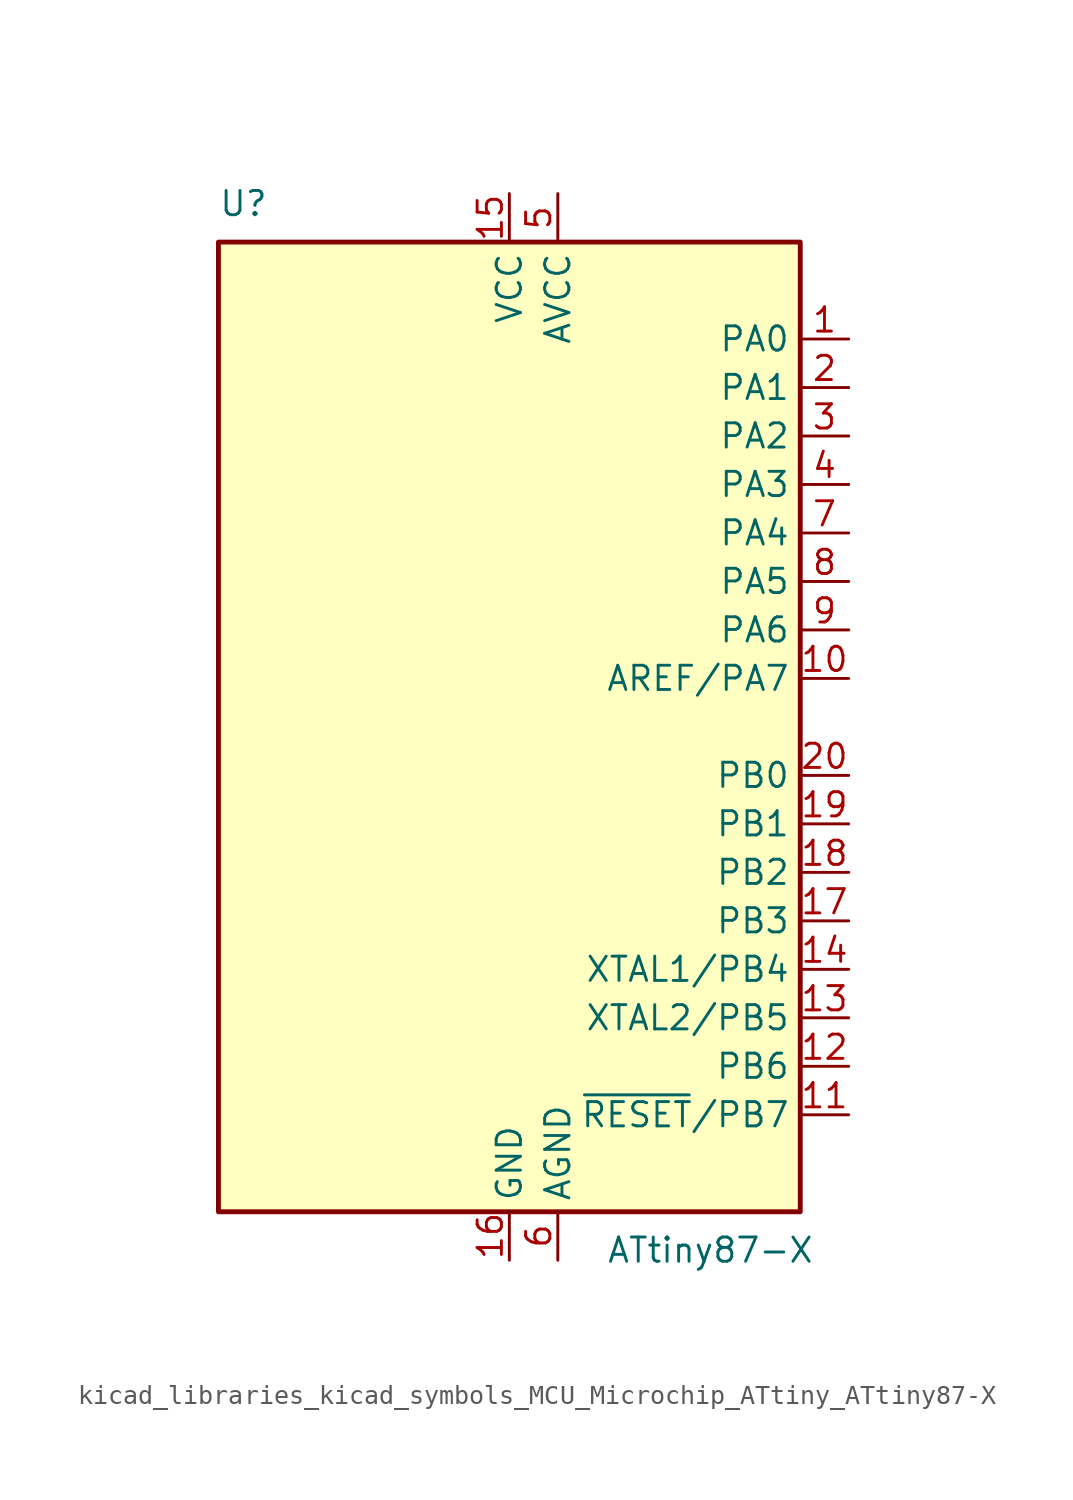
<source format=kicad_sym>
(kicad_symbol_lib
  (version 20220914)
  (generator kicad_symbol_editor)
  (symbol "kicad_libraries_kicad_symbols_MCU_Microchip_ATtiny_ATtiny87-X"
    (property "Reference" "U"
      (at -15.24 26.67 0)
      (effects (font (size 1.27 1.27)) (justify left bottom)))
    (property "Value" "ATtiny87-X"
      (at 5.08 -26.67 0)
      (effects (font (size 1.27 1.27)) (justify left top)))
    (symbol "kicad_libraries_kicad_symbols_MCU_Microchip_ATtiny_ATtiny87-X_0_1"
      (rectangle (start -15.24 -25.4) (end 15.24 25.4) (stroke (width 0.254) (type default)) (fill (type background))))
    (symbol "kicad_libraries_kicad_symbols_MCU_Microchip_ATtiny_ATtiny87-X_1_1"
      (pin bidirectional line (at 17.78 20.32 180) (length 2.54) (name "PA0" (effects (font (size 1.27 1.27)))) (number "1" (effects (font (size 1.27 1.27)))))
      (pin bidirectional line (at 17.78 2.54 180) (length 2.54) (name "AREF/PA7" (effects (font (size 1.27 1.27)))) (number "10" (effects (font (size 1.27 1.27)))))
      (pin bidirectional line (at 17.78 -20.32 180) (length 2.54) (name "~{RESET}/PB7" (effects (font (size 1.27 1.27)))) (number "11" (effects (font (size 1.27 1.27)))))
      (pin bidirectional line (at 17.78 -17.78 180) (length 2.54) (name "PB6" (effects (font (size 1.27 1.27)))) (number "12" (effects (font (size 1.27 1.27)))))
      (pin bidirectional line (at 17.78 -15.24 180) (length 2.54) (name "XTAL2/PB5" (effects (font (size 1.27 1.27)))) (number "13" (effects (font (size 1.27 1.27)))))
      (pin bidirectional line (at 17.78 -12.7 180) (length 2.54) (name "XTAL1/PB4" (effects (font (size 1.27 1.27)))) (number "14" (effects (font (size 1.27 1.27)))))
      (pin power_in line (at 0 27.94 270) (length 2.54) (name "VCC" (effects (font (size 1.27 1.27)))) (number "15" (effects (font (size 1.27 1.27)))))
      (pin power_in line (at 0 -27.94 90) (length 2.54) (name "GND" (effects (font (size 1.27 1.27)))) (number "16" (effects (font (size 1.27 1.27)))))
      (pin bidirectional line (at 17.78 -10.16 180) (length 2.54) (name "PB3" (effects (font (size 1.27 1.27)))) (number "17" (effects (font (size 1.27 1.27)))))
      (pin bidirectional line (at 17.78 -7.62 180) (length 2.54) (name "PB2" (effects (font (size 1.27 1.27)))) (number "18" (effects (font (size 1.27 1.27)))))
      (pin bidirectional line (at 17.78 -5.08 180) (length 2.54) (name "PB1" (effects (font (size 1.27 1.27)))) (number "19" (effects (font (size 1.27 1.27)))))
      (pin bidirectional line (at 17.78 17.78 180) (length 2.54) (name "PA1" (effects (font (size 1.27 1.27)))) (number "2" (effects (font (size 1.27 1.27)))))
      (pin bidirectional line (at 17.78 -2.54 180) (length 2.54) (name "PB0" (effects (font (size 1.27 1.27)))) (number "20" (effects (font (size 1.27 1.27)))))
      (pin bidirectional line (at 17.78 15.24 180) (length 2.54) (name "PA2" (effects (font (size 1.27 1.27)))) (number "3" (effects (font (size 1.27 1.27)))))
      (pin bidirectional line (at 17.78 12.7 180) (length 2.54) (name "PA3" (effects (font (size 1.27 1.27)))) (number "4" (effects (font (size 1.27 1.27)))))
      (pin power_in line (at 2.54 27.94 270) (length 2.54) (name "AVCC" (effects (font (size 1.27 1.27)))) (number "5" (effects (font (size 1.27 1.27)))))
      (pin power_in line (at 2.54 -27.94 90) (length 2.54) (name "AGND" (effects (font (size 1.27 1.27)))) (number "6" (effects (font (size 1.27 1.27)))))
      (pin bidirectional line (at 17.78 10.16 180) (length 2.54) (name "PA4" (effects (font (size 1.27 1.27)))) (number "7" (effects (font (size 1.27 1.27)))))
      (pin bidirectional line (at 17.78 7.62 180) (length 2.54) (name "PA5" (effects (font (size 1.27 1.27)))) (number "8" (effects (font (size 1.27 1.27)))))
      (pin bidirectional line (at 17.78 5.08 180) (length 2.54) (name "PA6" (effects (font (size 1.27 1.27)))) (number "9" (effects (font (size 1.27 1.27))))))))
</source>
